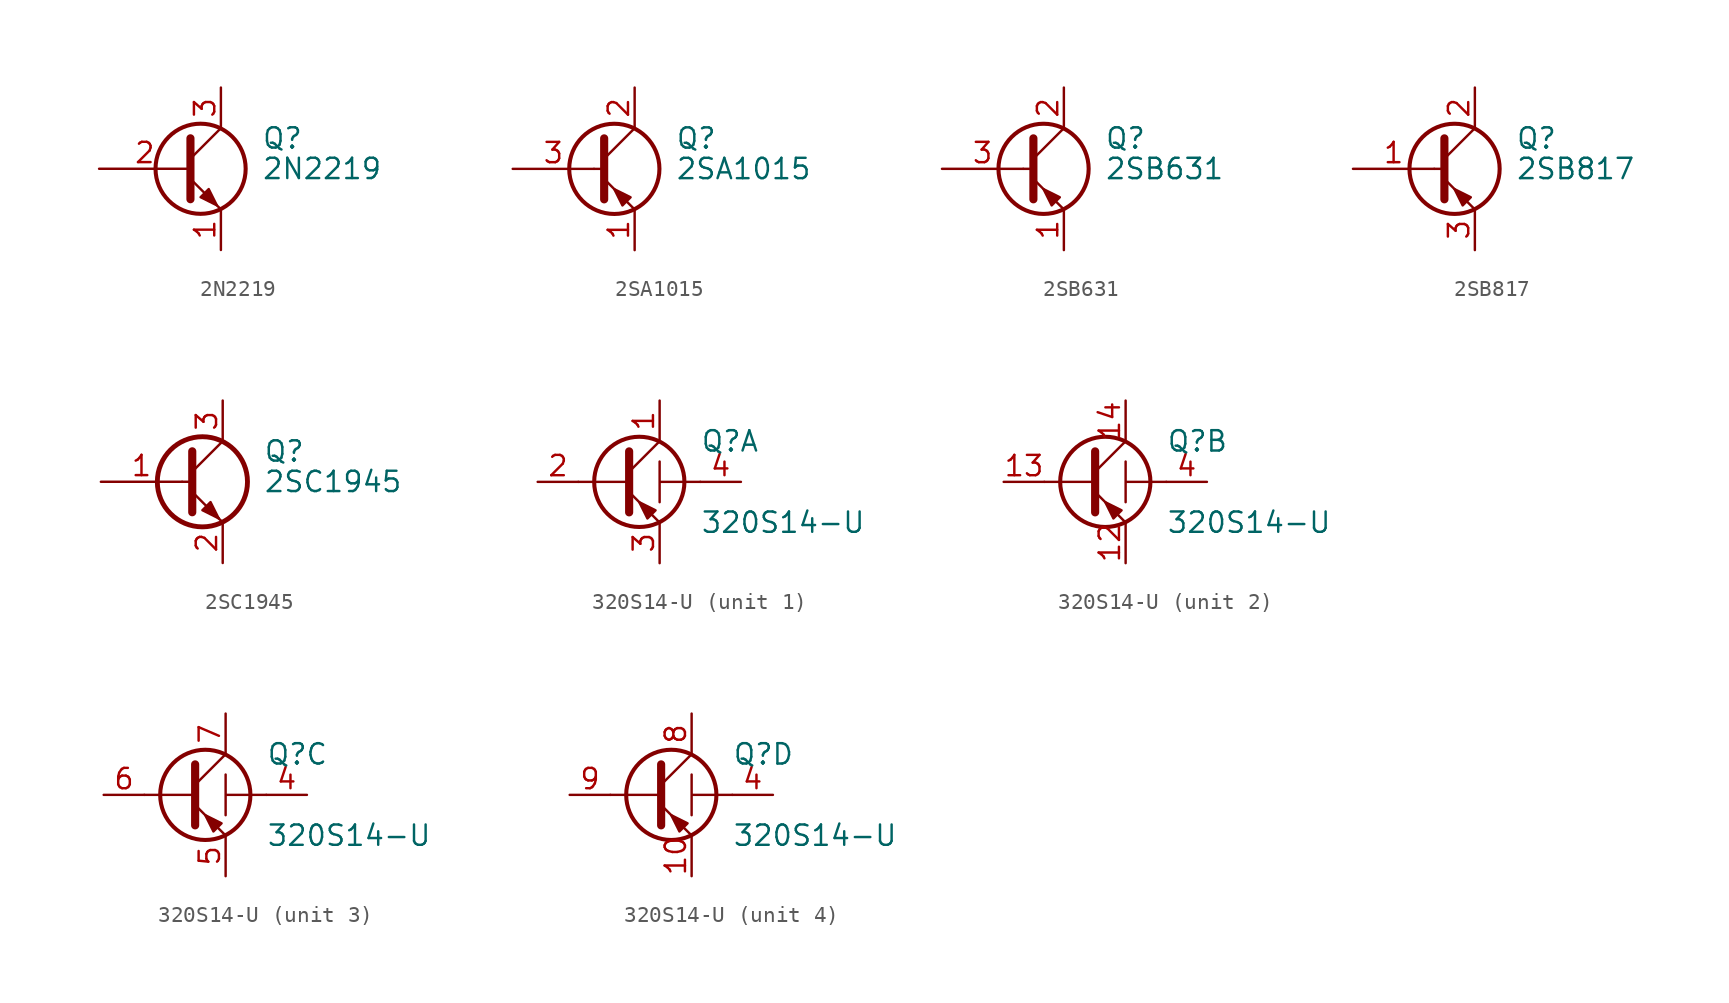
<source format=kicad_sym>
(kicad_symbol_lib
  (version 20241209)
  (generator "kicad_symbol_editor")
  (generator_version "9.0")
  (symbol "2N2219"
    (pin_names
      (offset 0)
      (hide yes))
    (property "Reference" "Q"
      (at 5.08 1.905 0)
      (effects (font (size 1.27 1.27)) (justify left)))
    (property "Value" "2N2219"
      (at 5.08 0 0)
      (effects (font (size 1.27 1.27)) (justify left)))
    (symbol "2N2219_0_1"
      (polyline (pts (xy 0.635 1.905) (xy 0.635 -1.905) (xy 0.635 -1.905)) (stroke (width 0.508) (type default)) (fill (type none)))
      (polyline (pts (xy 0.635 0.635) (xy 2.54 2.54)) (stroke (width 0) (type default)) (fill (type none)))
      (polyline (pts (xy 0.635 -0.635) (xy 2.54 -2.54) (xy 2.54 -2.54)) (stroke (width 0) (type default)) (fill (type none)))
      (circle (center 1.27 0) (radius 2.819) (stroke (width 0.254) (type default)) (fill (type none)))
      (polyline (pts (xy 1.27 -1.778) (xy 1.778 -1.27) (xy 2.286 -2.286) (xy 1.27 -1.778) (xy 1.27 -1.778)) (stroke (width 0) (type default)) (fill (type outline))))
    (symbol "2N2219_1_1"
      (pin passive line (at -5.08 0 0) (length 5.715) (name "B" (effects (font (size 1.27 1.27)))) (number "2" (effects (font (size 1.27 1.27)))))
      (pin passive line (at 2.54 5.08 270) (length 2.54) (name "C" (effects (font (size 1.27 1.27)))) (number "3" (effects (font (size 1.27 1.27)))))
      (pin passive line (at 2.54 -5.08 90) (length 2.54) (name "E" (effects (font (size 1.27 1.27)))) (number "1" (effects (font (size 1.27 1.27)))))))
  (symbol "2SA1015"
    (pin_names
      (offset 0)
      (hide yes))
    (property "Reference" "Q"
      (at 5.08 1.905 0)
      (effects (font (size 1.27 1.27)) (justify left)))
    (property "Value" "2SA1015"
      (at 5.08 0 0)
      (effects (font (size 1.27 1.27)) (justify left)))
    (symbol "2SA1015_0_1"
      (polyline (pts (xy 0 0) (xy 0.635 0)) (stroke (width 0) (type default)) (fill (type none)))
      (polyline (pts (xy 0.635 1.905) (xy 0.635 -1.905) (xy 0.635 -1.905)) (stroke (width 0.508) (type default)) (fill (type outline)))
      (circle (center 1.27 0) (radius 2.819) (stroke (width 0.254) (type default)) (fill (type none)))
      (polyline (pts (xy 1.778 -2.286) (xy 2.286 -1.778) (xy 1.27 -1.27) (xy 1.778 -2.286) (xy 1.778 -2.286)) (stroke (width 0) (type default)) (fill (type outline)))
      (polyline (pts (xy 2.54 2.54) (xy 0.635 0.635)) (stroke (width 0) (type default)) (fill (type none)))
      (polyline (pts (xy 2.54 -2.54) (xy 0.635 -0.635)) (stroke (width 0) (type default)) (fill (type none))))
    (symbol "2SA1015_1_1"
      (pin input line (at -5.08 0 0) (length 5.08) (name "B" (effects (font (size 1.27 1.27)))) (number "3" (effects (font (size 1.27 1.27)))))
      (pin passive line (at 2.54 5.08 270) (length 2.54) (name "C" (effects (font (size 1.27 1.27)))) (number "2" (effects (font (size 1.27 1.27)))))
      (pin passive line (at 2.54 -5.08 90) (length 2.54) (name "E" (effects (font (size 1.27 1.27)))) (number "1" (effects (font (size 1.27 1.27)))))))
  (symbol "2SB631"
    (pin_names
      (offset 0)
      (hide yes))
    (property "Reference" "Q"
      (at 5.08 1.905 0)
      (effects (font (size 1.27 1.27)) (justify left)))
    (property "Value" "2SB631"
      (at 5.08 0 0)
      (effects (font (size 1.27 1.27)) (justify left)))
    (symbol "2SB631_0_1"
      (polyline (pts (xy 0 0) (xy 0.635 0)) (stroke (width 0) (type default)) (fill (type none)))
      (polyline (pts (xy 0.635 1.905) (xy 0.635 -1.905) (xy 0.635 -1.905)) (stroke (width 0.508) (type default)) (fill (type outline)))
      (circle (center 1.27 0) (radius 2.819) (stroke (width 0.254) (type default)) (fill (type none)))
      (polyline (pts (xy 1.778 -2.286) (xy 2.286 -1.778) (xy 1.27 -1.27) (xy 1.778 -2.286) (xy 1.778 -2.286)) (stroke (width 0) (type default)) (fill (type outline)))
      (polyline (pts (xy 2.54 2.54) (xy 0.635 0.635)) (stroke (width 0) (type default)) (fill (type none)))
      (polyline (pts (xy 2.54 -2.54) (xy 0.635 -0.635)) (stroke (width 0) (type default)) (fill (type none))))
    (symbol "2SB631_1_1"
      (pin input line (at -5.08 0 0) (length 5.08) (name "B" (effects (font (size 1.27 1.27)))) (number "3" (effects (font (size 1.27 1.27)))))
      (pin passive line (at 2.54 5.08 270) (length 2.54) (name "C" (effects (font (size 1.27 1.27)))) (number "2" (effects (font (size 1.27 1.27)))))
      (pin passive line (at 2.54 -5.08 90) (length 2.54) (name "E" (effects (font (size 1.27 1.27)))) (number "1" (effects (font (size 1.27 1.27)))))))
  (symbol "2SB817"
    (pin_names
      (offset 0)
      (hide yes))
    (property "Reference" "Q"
      (at 5.08 1.905 0)
      (effects (font (size 1.27 1.27)) (justify left)))
    (property "Value" "2SB817"
      (at 5.08 0 0)
      (effects (font (size 1.27 1.27)) (justify left)))
    (symbol "2SB817_0_1"
      (polyline (pts (xy 0 0) (xy 0.635 0)) (stroke (width 0) (type default)) (fill (type none)))
      (polyline (pts (xy 0.635 1.905) (xy 0.635 -1.905) (xy 0.635 -1.905)) (stroke (width 0.508) (type default)) (fill (type none)))
      (polyline (pts (xy 0.635 -0.635) (xy 2.54 -2.54) (xy 2.54 -2.54)) (stroke (width 0) (type default)) (fill (type none)))
      (circle (center 1.27 0) (radius 2.819) (stroke (width 0.254) (type default)) (fill (type none)))
      (polyline (pts (xy 1.778 -2.286) (xy 2.286 -1.778) (xy 1.27 -1.27) (xy 1.778 -2.286) (xy 1.778 -2.286)) (stroke (width 0) (type default)) (fill (type outline)))
      (polyline (pts (xy 2.54 2.54) (xy 0.635 0.635)) (stroke (width 0) (type default)) (fill (type none))))
    (symbol "2SB817_1_1"
      (pin input line (at -5.08 0 0) (length 5.08) (name "B" (effects (font (size 1.27 1.27)))) (number "1" (effects (font (size 1.27 1.27)))))
      (pin passive line (at 2.54 5.08 270) (length 2.54) (name "C" (effects (font (size 1.27 1.27)))) (number "2" (effects (font (size 1.27 1.27)))))
      (pin passive line (at 2.54 -5.08 90) (length 2.54) (name "E" (effects (font (size 1.27 1.27)))) (number "3" (effects (font (size 1.27 1.27)))))))
  (symbol "2SC1945"
    (pin_names
      (offset 0)
      (hide yes))
    (property "Reference" "Q"
      (at 5.08 1.905 0)
      (effects (font (size 1.27 1.27)) (justify left)))
    (property "Value" "2SC1945"
      (at 5.08 0 0)
      (effects (font (size 1.27 1.27)) (justify left)))
    (symbol "2SC1945_0_1"
      (polyline (pts (xy 0 0) (xy 0.635 0)) (stroke (width 0) (type default)) (fill (type none)))
      (polyline (pts (xy 0.635 1.905) (xy 0.635 -1.905) (xy 0.635 -1.905)) (stroke (width 0.508) (type default)) (fill (type none)))
      (circle (center 1.27 0) (radius 2.819) (stroke (width 0.305) (type default)) (fill (type none)))
      (polyline (pts (xy 1.27 -1.778) (xy 1.778 -1.27) (xy 2.286 -2.286) (xy 1.27 -1.778) (xy 1.27 -1.778)) (stroke (width 0) (type default)) (fill (type outline)))
      (polyline (pts (xy 2.286 -2.286) (xy 1.778 -1.778) (xy 1.778 -1.778)) (stroke (width 0) (type default)) (fill (type none)))
      (polyline (pts (xy 2.54 2.54) (xy 0.635 0.635)) (stroke (width 0) (type default)) (fill (type none)))
      (polyline (pts (xy 2.54 -2.54) (xy 0.635 -0.635) (xy 1.27 -1.27)) (stroke (width 0) (type default)) (fill (type outline))))
    (symbol "2SC1945_1_1"
      (pin input line (at -5.08 0 0) (length 5.08) (name "B" (effects (font (size 1.27 1.27)))) (number "1" (effects (font (size 1.27 1.27)))))
      (pin passive line (at 2.54 5.08 270) (length 2.54) (name "C" (effects (font (size 1.27 1.27)))) (number "3" (effects (font (size 1.27 1.27)))))
      (pin passive line (at 2.54 -5.08 90) (length 2.54) (name "E" (effects (font (size 1.27 1.27)))) (number "2" (effects (font (size 1.27 1.27)))))))
  (symbol "320S14-U"
    (pin_names
      (offset 0))
    (property "Reference" "Q"
      (at 5.08 2.54 0)
      (effects (font (size 1.27 1.27)) (justify left)))
    (property "Value" "320S14-U"
      (at 5.08 -2.54 0)
      (effects (font (size 1.27 1.27)) (justify left)))
    (property "ki_locked" ""
      (at 0 0 0)
      (effects (font (size 1.27 1.27))))
    (symbol "320S14-U_0_1"
      (polyline (pts (xy 2.54 1.27) (xy 2.54 -1.27) (xy 2.54 0) (xy 5.08 0)) (stroke (width 0.152) (type default)) (fill (type none)))
      (pin passive line (at 7.62 0 180) (length 2.54) (hide yes) (name "" (effects (font (size 1.27 1.27)))) (number "11" (effects (font (size 1.27 1.27)))))
      (pin passive line (at 7.62 0 180) (length 2.54) (name "" (effects (font (size 1.27 1.27)))) (number "4" (effects (font (size 1.27 1.27))))))
    (symbol "320S14-U_1_1"
      (polyline (pts (xy 0.635 1.905) (xy 0.635 -1.905) (xy 0.635 -1.905)) (stroke (width 0.508) (type default)) (fill (type none)))
      (polyline (pts (xy 0.635 0.635) (xy 2.54 2.54)) (stroke (width 0) (type default)) (fill (type none)))
      (polyline (pts (xy 0.635 0) (xy -2.54 0)) (stroke (width 0) (type default)) (fill (type none)))
      (polyline (pts (xy 0.635 -0.635) (xy 2.54 -2.54) (xy 2.54 -2.54)) (stroke (width 0) (type default)) (fill (type none)))
      (circle (center 1.27 0) (radius 2.819) (stroke (width 0.254) (type default)) (fill (type none)))
      (polyline (pts (xy 2.286 -1.778) (xy 1.778 -2.286) (xy 1.27 -1.27) (xy 2.286 -1.778) (xy 2.286 -1.778)) (stroke (width 0) (type default)) (fill (type outline)))
      (pin input line (at -5.08 0 0) (length 2.54) (name "" (effects (font (size 1.27 1.27)))) (number "2" (effects (font (size 1.27 1.27)))))
      (pin passive line (at 2.54 5.08 270) (length 2.54) (name "" (effects (font (size 1.27 1.27)))) (number "1" (effects (font (size 1.27 1.27)))))
      (pin passive line (at 2.54 -5.08 90) (length 2.54) (name "" (effects (font (size 1.27 1.27)))) (number "3" (effects (font (size 1.27 1.27))))))
    (symbol "320S14-U_2_1"
      (polyline (pts (xy 0.635 1.905) (xy 0.635 -1.905) (xy 0.635 -1.905)) (stroke (width 0.508) (type default)) (fill (type none)))
      (polyline (pts (xy 0.635 0.635) (xy 2.54 2.54)) (stroke (width 0) (type default)) (fill (type none)))
      (polyline (pts (xy 0.635 0) (xy -2.54 0)) (stroke (width 0) (type default)) (fill (type none)))
      (polyline (pts (xy 0.635 -0.635) (xy 2.54 -2.54) (xy 2.54 -2.54)) (stroke (width 0) (type default)) (fill (type none)))
      (circle (center 1.27 0) (radius 2.819) (stroke (width 0.254) (type default)) (fill (type none)))
      (polyline (pts (xy 2.286 -1.778) (xy 1.778 -2.286) (xy 1.27 -1.27) (xy 2.286 -1.778) (xy 2.286 -1.778)) (stroke (width 0) (type default)) (fill (type outline)))
      (pin input line (at -5.08 0 0) (length 2.54) (name "" (effects (font (size 1.27 1.27)))) (number "13" (effects (font (size 1.27 1.27)))))
      (pin passive line (at 2.54 5.08 270) (length 2.54) (name "" (effects (font (size 1.27 1.27)))) (number "14" (effects (font (size 1.27 1.27)))))
      (pin passive line (at 2.54 -5.08 90) (length 2.54) (name "" (effects (font (size 1.27 1.27)))) (number "12" (effects (font (size 1.27 1.27))))))
    (symbol "320S14-U_3_1"
      (polyline (pts (xy 0.635 1.905) (xy 0.635 -1.905) (xy 0.635 -1.905)) (stroke (width 0.508) (type default)) (fill (type none)))
      (polyline (pts (xy 0.635 0.635) (xy 2.54 2.54)) (stroke (width 0) (type default)) (fill (type none)))
      (polyline (pts (xy 0.635 0) (xy -2.54 0)) (stroke (width 0) (type default)) (fill (type none)))
      (polyline (pts (xy 0.635 -0.635) (xy 2.54 -2.54) (xy 2.54 -2.54)) (stroke (width 0) (type default)) (fill (type none)))
      (circle (center 1.27 0) (radius 2.819) (stroke (width 0.254) (type default)) (fill (type none)))
      (polyline (pts (xy 2.286 -1.778) (xy 1.778 -2.286) (xy 1.27 -1.27) (xy 2.286 -1.778) (xy 2.286 -1.778)) (stroke (width 0) (type default)) (fill (type outline)))
      (pin input line (at -5.08 0 0) (length 2.54) (name "" (effects (font (size 1.27 1.27)))) (number "6" (effects (font (size 1.27 1.27)))))
      (pin passive line (at 2.54 5.08 270) (length 2.54) (name "" (effects (font (size 1.27 1.27)))) (number "7" (effects (font (size 1.27 1.27)))))
      (pin passive line (at 2.54 -5.08 90) (length 2.54) (name "" (effects (font (size 1.27 1.27)))) (number "5" (effects (font (size 1.27 1.27))))))
    (symbol "320S14-U_4_1"
      (polyline (pts (xy 0.635 1.905) (xy 0.635 -1.905) (xy 0.635 -1.905)) (stroke (width 0.508) (type default)) (fill (type none)))
      (polyline (pts (xy 0.635 0.635) (xy 2.54 2.54)) (stroke (width 0) (type default)) (fill (type none)))
      (polyline (pts (xy 0.635 0) (xy -2.54 0)) (stroke (width 0) (type default)) (fill (type none)))
      (polyline (pts (xy 0.635 -0.635) (xy 2.54 -2.54) (xy 2.54 -2.54)) (stroke (width 0) (type default)) (fill (type none)))
      (circle (center 1.27 0) (radius 2.819) (stroke (width 0.254) (type default)) (fill (type none)))
      (polyline (pts (xy 2.286 -1.778) (xy 1.778 -2.286) (xy 1.27 -1.27) (xy 2.286 -1.778) (xy 2.286 -1.778)) (stroke (width 0) (type default)) (fill (type outline)))
      (pin input line (at -5.08 0 0) (length 2.54) (name "" (effects (font (size 1.27 1.27)))) (number "9" (effects (font (size 1.27 1.27)))))
      (pin passive line (at 2.54 5.08 270) (length 2.54) (name "" (effects (font (size 1.27 1.27)))) (number "8" (effects (font (size 1.27 1.27)))))
      (pin passive line (at 2.54 -5.08 90) (length 2.54) (name "" (effects (font (size 1.27 1.27)))) (number "10" (effects (font (size 1.27 1.27))))))))
</source>
